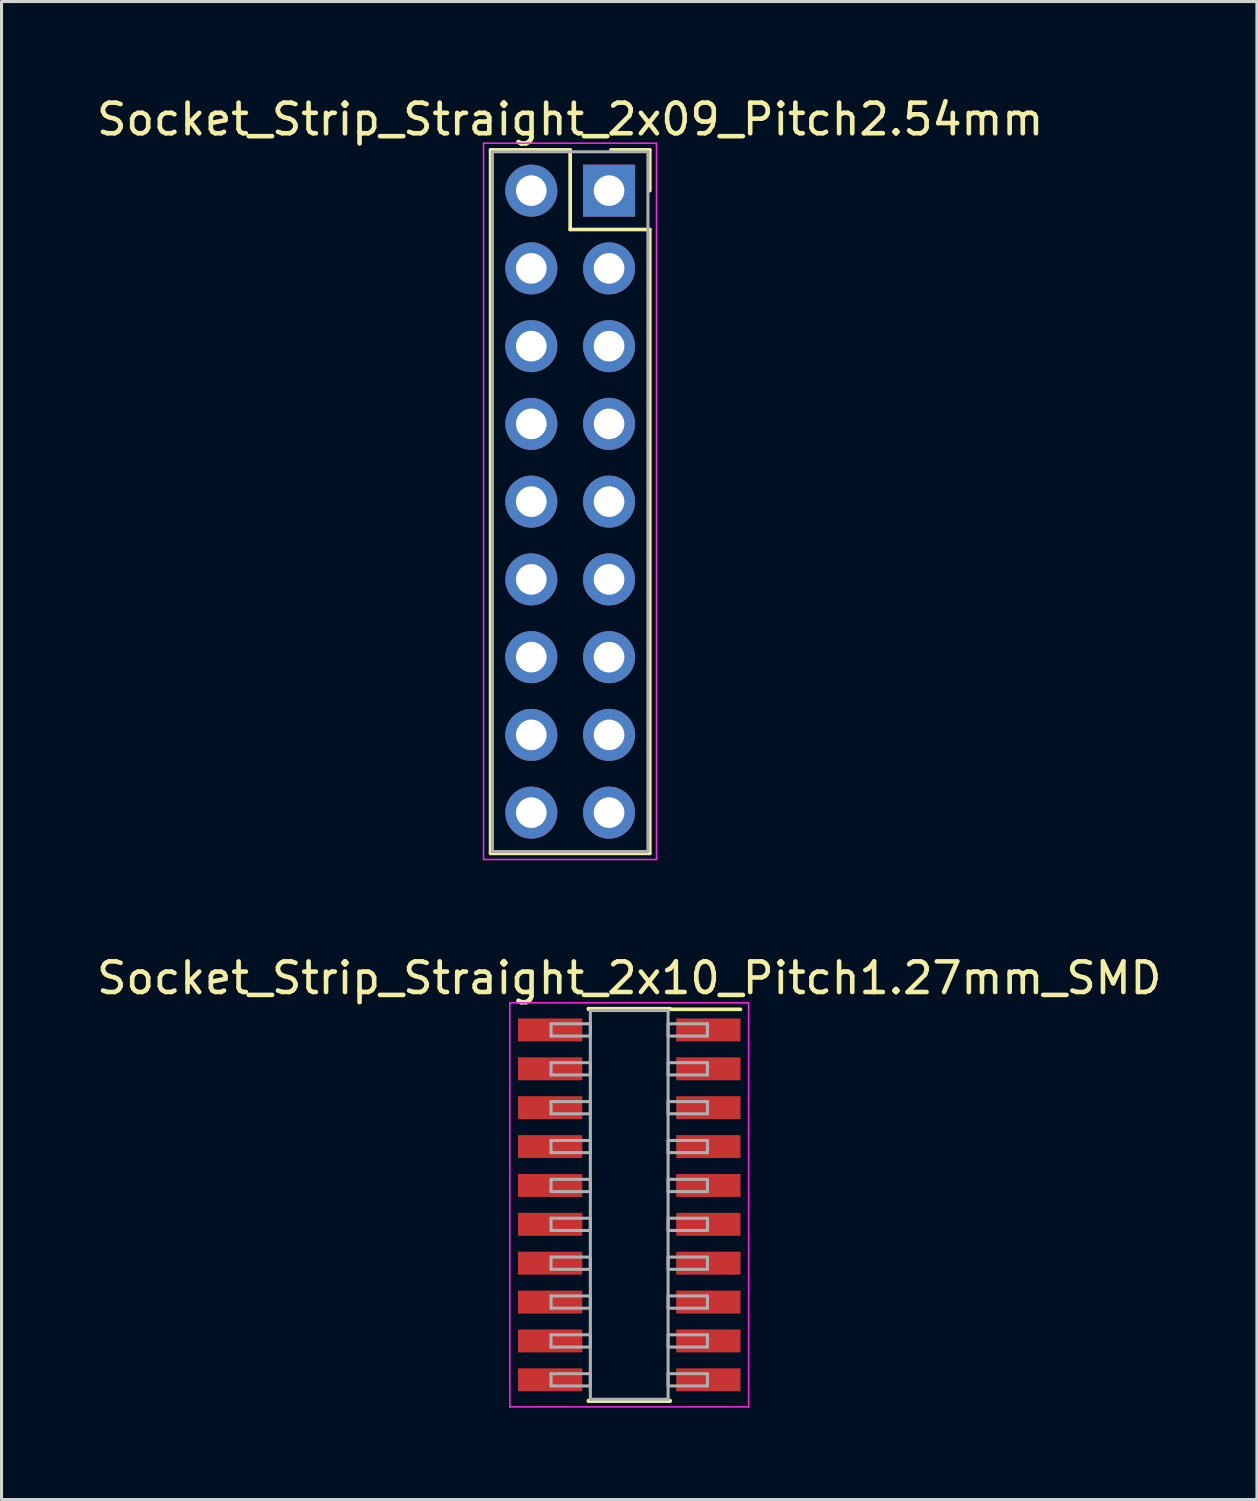
<source format=kicad_pcb>
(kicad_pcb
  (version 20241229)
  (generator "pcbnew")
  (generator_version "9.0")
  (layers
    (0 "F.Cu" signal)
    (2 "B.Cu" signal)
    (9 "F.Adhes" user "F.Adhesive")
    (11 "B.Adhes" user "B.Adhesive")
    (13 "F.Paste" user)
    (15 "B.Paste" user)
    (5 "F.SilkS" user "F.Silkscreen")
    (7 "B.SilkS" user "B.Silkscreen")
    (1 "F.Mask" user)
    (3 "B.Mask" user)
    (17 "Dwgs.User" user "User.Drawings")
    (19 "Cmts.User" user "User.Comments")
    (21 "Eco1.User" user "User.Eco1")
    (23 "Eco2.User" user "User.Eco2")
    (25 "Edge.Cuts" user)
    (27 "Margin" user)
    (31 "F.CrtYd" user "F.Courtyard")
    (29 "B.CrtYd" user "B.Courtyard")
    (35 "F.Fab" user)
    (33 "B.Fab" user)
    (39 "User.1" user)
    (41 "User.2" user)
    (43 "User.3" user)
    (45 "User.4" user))
  (footprint "Socket_Strip_Straight_2x10_Pitch1.27mm_SMD"
    (layer "F.Cu")
    (at 17.506 36.312)
    (property "Reference" "Socket_Strip_Straight_2x10_Pitch1.27mm_SMD" (at 0 -7.41 0) (layer "F.SilkS") (effects (font (size 1 1) (thickness 0.15))))
    (attr smd)
    (fp_line (start -1.33 -6.41) (end 1.33 -6.41) (stroke (width 0.12) (type solid)) (layer "F.SilkS"))
    (fp_line (start -1.33 -6.39) (end -1.33 -6.41) (stroke (width 0.12) (type solid)) (layer "F.SilkS"))
    (fp_line (start -1.33 6.39) (end -1.33 6.41) (stroke (width 0.12) (type solid)) (layer "F.SilkS"))
    (fp_line (start -1.33 6.41) (end 1.33 6.41) (stroke (width 0.12) (type solid)) (layer "F.SilkS"))
    (fp_line (start 1.33 -6.41) (end 1.33 -6.39) (stroke (width 0.12) (type solid)) (layer "F.SilkS"))
    (fp_line (start 1.33 6.41) (end 1.33 6.39) (stroke (width 0.12) (type solid)) (layer "F.SilkS"))
    (fp_line (start 3.635 -6.39) (end 1.33 -6.39) (stroke (width 0.12) (type solid)) (layer "F.SilkS"))
    (fp_line (start -3.9 -6.6) (end -3.9 6.6) (stroke (width 0.05) (type solid)) (layer "F.CrtYd"))
    (fp_line (start -3.9 6.6) (end 3.9 6.6) (stroke (width 0.05) (type solid)) (layer "F.CrtYd"))
    (fp_line (start 3.9 -6.6) (end -3.9 -6.6) (stroke (width 0.05) (type solid)) (layer "F.CrtYd"))
    (fp_line (start 3.9 6.6) (end 3.9 -6.6) (stroke (width 0.05) (type solid)) (layer "F.CrtYd"))
    (fp_line (start -2.555 -5.915) (end -1.27 -5.915) (stroke (width 0.1) (type solid)) (layer "F.Fab"))
    (fp_line (start -2.555 -5.515) (end -2.555 -5.915) (stroke (width 0.1) (type solid)) (layer "F.Fab"))
    (fp_line (start -2.555 -4.645) (end -1.27 -4.645) (stroke (width 0.1) (type solid)) (layer "F.Fab"))
    (fp_line (start -2.555 -4.245) (end -2.555 -4.645) (stroke (width 0.1) (type solid)) (layer "F.Fab"))
    (fp_line (start -2.555 -3.375) (end -1.27 -3.375) (stroke (width 0.1) (type solid)) (layer "F.Fab"))
    (fp_line (start -2.555 -2.975) (end -2.555 -3.375) (stroke (width 0.1) (type solid)) (layer "F.Fab"))
    (fp_line (start -2.555 -2.105) (end -1.27 -2.105) (stroke (width 0.1) (type solid)) (layer "F.Fab"))
    (fp_line (start -2.555 -1.705) (end -2.555 -2.105) (stroke (width 0.1) (type solid)) (layer "F.Fab"))
    (fp_line (start -2.555 -0.835) (end -1.27 -0.835) (stroke (width 0.1) (type solid)) (layer "F.Fab"))
    (fp_line (start -2.555 -0.435) (end -2.555 -0.835) (stroke (width 0.1) (type solid)) (layer "F.Fab"))
    (fp_line (start -2.555 0.435) (end -1.27 0.435) (stroke (width 0.1) (type solid)) (layer "F.Fab"))
    (fp_line (start -2.555 0.835) (end -2.555 0.435) (stroke (width 0.1) (type solid)) (layer "F.Fab"))
    (fp_line (start -2.555 1.705) (end -1.27 1.705) (stroke (width 0.1) (type solid)) (layer "F.Fab"))
    (fp_line (start -2.555 2.105) (end -2.555 1.705) (stroke (width 0.1) (type solid)) (layer "F.Fab"))
    (fp_line (start -2.555 2.975) (end -1.27 2.975) (stroke (width 0.1) (type solid)) (layer "F.Fab"))
    (fp_line (start -2.555 3.375) (end -2.555 2.975) (stroke (width 0.1) (type solid)) (layer "F.Fab"))
    (fp_line (start -2.555 4.245) (end -1.27 4.245) (stroke (width 0.1) (type solid)) (layer "F.Fab"))
    (fp_line (start -2.555 4.645) (end -2.555 4.245) (stroke (width 0.1) (type solid)) (layer "F.Fab"))
    (fp_line (start -2.555 5.515) (end -1.27 5.515) (stroke (width 0.1) (type solid)) (layer "F.Fab"))
    (fp_line (start -2.555 5.915) (end -2.555 5.515) (stroke (width 0.1) (type solid)) (layer "F.Fab"))
    (fp_line (start -1.27 -6.35) (end -1.27 6.35) (stroke (width 0.1) (type solid)) (layer "F.Fab"))
    (fp_line (start -1.27 -5.915) (end -1.27 -5.515) (stroke (width 0.1) (type solid)) (layer "F.Fab"))
    (fp_line (start -1.27 -5.515) (end -2.555 -5.515) (stroke (width 0.1) (type solid)) (layer "F.Fab"))
    (fp_line (start -1.27 -4.645) (end -1.27 -4.245) (stroke (width 0.1) (type solid)) (layer "F.Fab"))
    (fp_line (start -1.27 -4.245) (end -2.555 -4.245) (stroke (width 0.1) (type solid)) (layer "F.Fab"))
    (fp_line (start -1.27 -3.375) (end -1.27 -2.975) (stroke (width 0.1) (type solid)) (layer "F.Fab"))
    (fp_line (start -1.27 -2.975) (end -2.555 -2.975) (stroke (width 0.1) (type solid)) (layer "F.Fab"))
    (fp_line (start -1.27 -2.105) (end -1.27 -1.705) (stroke (width 0.1) (type solid)) (layer "F.Fab"))
    (fp_line (start -1.27 -1.705) (end -2.555 -1.705) (stroke (width 0.1) (type solid)) (layer "F.Fab"))
    (fp_line (start -1.27 -0.835) (end -1.27 -0.435) (stroke (width 0.1) (type solid)) (layer "F.Fab"))
    (fp_line (start -1.27 -0.435) (end -2.555 -0.435) (stroke (width 0.1) (type solid)) (layer "F.Fab"))
    (fp_line (start -1.27 0.435) (end -1.27 0.835) (stroke (width 0.1) (type solid)) (layer "F.Fab"))
    (fp_line (start -1.27 0.835) (end -2.555 0.835) (stroke (width 0.1) (type solid)) (layer "F.Fab"))
    (fp_line (start -1.27 1.705) (end -1.27 2.105) (stroke (width 0.1) (type solid)) (layer "F.Fab"))
    (fp_line (start -1.27 2.105) (end -2.555 2.105) (stroke (width 0.1) (type solid)) (layer "F.Fab"))
    (fp_line (start -1.27 2.975) (end -1.27 3.375) (stroke (width 0.1) (type solid)) (layer "F.Fab"))
    (fp_line (start -1.27 3.375) (end -2.555 3.375) (stroke (width 0.1) (type solid)) (layer "F.Fab"))
    (fp_line (start -1.27 4.245) (end -1.27 4.645) (stroke (width 0.1) (type solid)) (layer "F.Fab"))
    (fp_line (start -1.27 4.645) (end -2.555 4.645) (stroke (width 0.1) (type solid)) (layer "F.Fab"))
    (fp_line (start -1.27 5.515) (end -1.27 5.915) (stroke (width 0.1) (type solid)) (layer "F.Fab"))
    (fp_line (start -1.27 5.915) (end -2.555 5.915) (stroke (width 0.1) (type solid)) (layer "F.Fab"))
    (fp_line (start -1.27 6.35) (end 1.27 6.35) (stroke (width 0.1) (type solid)) (layer "F.Fab"))
    (fp_line (start 1.27 -6.35) (end -1.27 -6.35) (stroke (width 0.1) (type solid)) (layer "F.Fab"))
    (fp_line (start 1.27 -5.915) (end 1.27 -5.515) (stroke (width 0.1) (type solid)) (layer "F.Fab"))
    (fp_line (start 1.27 -5.515) (end 2.555 -5.515) (stroke (width 0.1) (type solid)) (layer "F.Fab"))
    (fp_line (start 1.27 -4.645) (end 1.27 -4.245) (stroke (width 0.1) (type solid)) (layer "F.Fab"))
    (fp_line (start 1.27 -4.245) (end 2.555 -4.245) (stroke (width 0.1) (type solid)) (layer "F.Fab"))
    (fp_line (start 1.27 -3.375) (end 1.27 -2.975) (stroke (width 0.1) (type solid)) (layer "F.Fab"))
    (fp_line (start 1.27 -2.975) (end 2.555 -2.975) (stroke (width 0.1) (type solid)) (layer "F.Fab"))
    (fp_line (start 1.27 -2.105) (end 1.27 -1.705) (stroke (width 0.1) (type solid)) (layer "F.Fab"))
    (fp_line (start 1.27 -1.705) (end 2.555 -1.705) (stroke (width 0.1) (type solid)) (layer "F.Fab"))
    (fp_line (start 1.27 -0.835) (end 1.27 -0.435) (stroke (width 0.1) (type solid)) (layer "F.Fab"))
    (fp_line (start 1.27 -0.435) (end 2.555 -0.435) (stroke (width 0.1) (type solid)) (layer "F.Fab"))
    (fp_line (start 1.27 0.435) (end 1.27 0.835) (stroke (width 0.1) (type solid)) (layer "F.Fab"))
    (fp_line (start 1.27 0.835) (end 2.555 0.835) (stroke (width 0.1) (type solid)) (layer "F.Fab"))
    (fp_line (start 1.27 1.705) (end 1.27 2.105) (stroke (width 0.1) (type solid)) (layer "F.Fab"))
    (fp_line (start 1.27 2.105) (end 2.555 2.105) (stroke (width 0.1) (type solid)) (layer "F.Fab"))
    (fp_line (start 1.27 2.975) (end 1.27 3.375) (stroke (width 0.1) (type solid)) (layer "F.Fab"))
    (fp_line (start 1.27 3.375) (end 2.555 3.375) (stroke (width 0.1) (type solid)) (layer "F.Fab"))
    (fp_line (start 1.27 4.245) (end 1.27 4.645) (stroke (width 0.1) (type solid)) (layer "F.Fab"))
    (fp_line (start 1.27 4.645) (end 2.555 4.645) (stroke (width 0.1) (type solid)) (layer "F.Fab"))
    (fp_line (start 1.27 5.515) (end 1.27 5.915) (stroke (width 0.1) (type solid)) (layer "F.Fab"))
    (fp_line (start 1.27 5.915) (end 2.555 5.915) (stroke (width 0.1) (type solid)) (layer "F.Fab"))
    (fp_line (start 1.27 6.35) (end 1.27 -6.35) (stroke (width 0.1) (type solid)) (layer "F.Fab"))
    (fp_line (start 2.555 -5.915) (end 1.27 -5.915) (stroke (width 0.1) (type solid)) (layer "F.Fab"))
    (fp_line (start 2.555 -5.515) (end 2.555 -5.915) (stroke (width 0.1) (type solid)) (layer "F.Fab"))
    (fp_line (start 2.555 -4.645) (end 1.27 -4.645) (stroke (width 0.1) (type solid)) (layer "F.Fab"))
    (fp_line (start 2.555 -4.245) (end 2.555 -4.645) (stroke (width 0.1) (type solid)) (layer "F.Fab"))
    (fp_line (start 2.555 -3.375) (end 1.27 -3.375) (stroke (width 0.1) (type solid)) (layer "F.Fab"))
    (fp_line (start 2.555 -2.975) (end 2.555 -3.375) (stroke (width 0.1) (type solid)) (layer "F.Fab"))
    (fp_line (start 2.555 -2.105) (end 1.27 -2.105) (stroke (width 0.1) (type solid)) (layer "F.Fab"))
    (fp_line (start 2.555 -1.705) (end 2.555 -2.105) (stroke (width 0.1) (type solid)) (layer "F.Fab"))
    (fp_line (start 2.555 -0.835) (end 1.27 -0.835) (stroke (width 0.1) (type solid)) (layer "F.Fab"))
    (fp_line (start 2.555 -0.435) (end 2.555 -0.835) (stroke (width 0.1) (type solid)) (layer "F.Fab"))
    (fp_line (start 2.555 0.435) (end 1.27 0.435) (stroke (width 0.1) (type solid)) (layer "F.Fab"))
    (fp_line (start 2.555 0.835) (end 2.555 0.435) (stroke (width 0.1) (type solid)) (layer "F.Fab"))
    (fp_line (start 2.555 1.705) (end 1.27 1.705) (stroke (width 0.1) (type solid)) (layer "F.Fab"))
    (fp_line (start 2.555 2.105) (end 2.555 1.705) (stroke (width 0.1) (type solid)) (layer "F.Fab"))
    (fp_line (start 2.555 2.975) (end 1.27 2.975) (stroke (width 0.1) (type solid)) (layer "F.Fab"))
    (fp_line (start 2.555 3.375) (end 2.555 2.975) (stroke (width 0.1) (type solid)) (layer "F.Fab"))
    (fp_line (start 2.555 4.245) (end 1.27 4.245) (stroke (width 0.1) (type solid)) (layer "F.Fab"))
    (fp_line (start 2.555 4.645) (end 2.555 4.245) (stroke (width 0.1) (type solid)) (layer "F.Fab"))
    (fp_line (start 2.555 5.515) (end 1.27 5.515) (stroke (width 0.1) (type solid)) (layer "F.Fab"))
    (fp_line (start 2.555 5.915) (end 2.555 5.515) (stroke (width 0.1) (type solid)) (layer "F.Fab"))
    (pad "1" smd rect (at 2.585 -5.715) (size 2.1 0.75) (layers "F.Cu" "F.Mask"))
    (pad "2" smd rect (at -2.585 -5.715) (size 2.1 0.75) (layers "F.Cu" "F.Mask"))
    (pad "3" smd rect (at 2.585 -4.445) (size 2.1 0.75) (layers "F.Cu" "F.Mask"))
    (pad "4" smd rect (at -2.585 -4.445) (size 2.1 0.75) (layers "F.Cu" "F.Mask"))
    (pad "5" smd rect (at 2.585 -3.175) (size 2.1 0.75) (layers "F.Cu" "F.Mask"))
    (pad "6" smd rect (at -2.585 -3.175) (size 2.1 0.75) (layers "F.Cu" "F.Mask"))
    (pad "7" smd rect (at 2.585 -1.905) (size 2.1 0.75) (layers "F.Cu" "F.Mask"))
    (pad "8" smd rect (at -2.585 -1.905) (size 2.1 0.75) (layers "F.Cu" "F.Mask"))
    (pad "9" smd rect (at 2.585 -0.635) (size 2.1 0.75) (layers "F.Cu" "F.Mask"))
    (pad "10" smd rect (at -2.585 -0.635) (size 2.1 0.75) (layers "F.Cu" "F.Mask"))
    (pad "11" smd rect (at 2.585 0.635) (size 2.1 0.75) (layers "F.Cu" "F.Mask"))
    (pad "12" smd rect (at -2.585 0.635) (size 2.1 0.75) (layers "F.Cu" "F.Mask"))
    (pad "13" smd rect (at 2.585 1.905) (size 2.1 0.75) (layers "F.Cu" "F.Mask"))
    (pad "14" smd rect (at -2.585 1.905) (size 2.1 0.75) (layers "F.Cu" "F.Mask"))
    (pad "15" smd rect (at 2.585 3.175) (size 2.1 0.75) (layers "F.Cu" "F.Mask"))
    (pad "16" smd rect (at -2.585 3.175) (size 2.1 0.75) (layers "F.Cu" "F.Mask"))
    (pad "17" smd rect (at 2.585 4.445) (size 2.1 0.75) (layers "F.Cu" "F.Mask"))
    (pad "18" smd rect (at -2.585 4.445) (size 2.1 0.75) (layers "F.Cu" "F.Mask"))
    (pad "19" smd rect (at 2.585 5.715) (size 2.1 0.75) (layers "F.Cu" "F.Mask"))
    (pad "20" smd rect (at -2.585 5.715) (size 2.1 0.75) (layers "F.Cu" "F.Mask")))
  (footprint "Socket_Strip_Straight_2x09_Pitch2.54mm"
    (layer "F.Cu")
    (at 16.847 3.178)
    (property "Reference" "Socket_Strip_Straight_2x09_Pitch2.54mm" (at -1.27 -2.33 0) (layer "F.SilkS") (effects (font (size 1 1) (thickness 0.15))))
    (attr through_hole)
    (fp_line (start -3.87 -1.33) (end -1.27 -1.33) (stroke (width 0.12) (type solid)) (layer "F.SilkS"))
    (fp_line (start -3.87 21.65) (end -3.87 -1.33) (stroke (width 0.12) (type solid)) (layer "F.SilkS"))
    (fp_line (start -1.27 -1.33) (end -1.27 1.27) (stroke (width 0.12) (type solid)) (layer "F.SilkS"))
    (fp_line (start -1.27 1.27) (end 1.33 1.27) (stroke (width 0.12) (type solid)) (layer "F.SilkS"))
    (fp_line (start 1.33 -1.33) (end 0.06 -1.33) (stroke (width 0.12) (type solid)) (layer "F.SilkS"))
    (fp_line (start 1.33 0) (end 1.33 -1.33) (stroke (width 0.12) (type solid)) (layer "F.SilkS"))
    (fp_line (start 1.33 1.27) (end 1.33 21.65) (stroke (width 0.12) (type solid)) (layer "F.SilkS"))
    (fp_line (start 1.33 21.65) (end -3.87 21.65) (stroke (width 0.12) (type solid)) (layer "F.SilkS"))
    (fp_line (start -4.1 -1.55) (end -4.1 21.85) (stroke (width 0.05) (type solid)) (layer "F.CrtYd"))
    (fp_line (start -4.1 21.85) (end 1.55 21.85) (stroke (width 0.05) (type solid)) (layer "F.CrtYd"))
    (fp_line (start 1.55 -1.55) (end -4.1 -1.55) (stroke (width 0.05) (type solid)) (layer "F.CrtYd"))
    (fp_line (start 1.55 21.85) (end 1.55 -1.55) (stroke (width 0.05) (type solid)) (layer "F.CrtYd"))
    (fp_line (start -3.81 -1.27) (end -3.81 21.59) (stroke (width 0.1) (type solid)) (layer "F.Fab"))
    (fp_line (start -3.81 21.59) (end 1.27 21.59) (stroke (width 0.1) (type solid)) (layer "F.Fab"))
    (fp_line (start 1.27 -1.27) (end -3.81 -1.27) (stroke (width 0.1) (type solid)) (layer "F.Fab"))
    (fp_line (start 1.27 21.59) (end 1.27 -1.27) (stroke (width 0.1) (type solid)) (layer "F.Fab"))
    (pad "1" thru_hole rect (at 0 0) (size 1.7 1.7) (drill 1) (layers "*.Cu" "*.Mask"))
    (pad "2" thru_hole oval (at -2.54 0) (size 1.7 1.7) (drill 1) (layers "*.Cu" "*.Mask"))
    (pad "3" thru_hole oval (at 0 2.54) (size 1.7 1.7) (drill 1) (layers "*.Cu" "*.Mask"))
    (pad "4" thru_hole oval (at -2.54 2.54) (size 1.7 1.7) (drill 1) (layers "*.Cu" "*.Mask"))
    (pad "5" thru_hole oval (at 0 5.08) (size 1.7 1.7) (drill 1) (layers "*.Cu" "*.Mask"))
    (pad "6" thru_hole oval (at -2.54 5.08) (size 1.7 1.7) (drill 1) (layers "*.Cu" "*.Mask"))
    (pad "7" thru_hole oval (at 0 7.62) (size 1.7 1.7) (drill 1) (layers "*.Cu" "*.Mask"))
    (pad "8" thru_hole oval (at -2.54 7.62) (size 1.7 1.7) (drill 1) (layers "*.Cu" "*.Mask"))
    (pad "9" thru_hole oval (at 0 10.16) (size 1.7 1.7) (drill 1) (layers "*.Cu" "*.Mask"))
    (pad "10" thru_hole oval (at -2.54 10.16) (size 1.7 1.7) (drill 1) (layers "*.Cu" "*.Mask"))
    (pad "11" thru_hole oval (at 0 12.7) (size 1.7 1.7) (drill 1) (layers "*.Cu" "*.Mask"))
    (pad "12" thru_hole oval (at -2.54 12.7) (size 1.7 1.7) (drill 1) (layers "*.Cu" "*.Mask"))
    (pad "13" thru_hole oval (at 0 15.24) (size 1.7 1.7) (drill 1) (layers "*.Cu" "*.Mask"))
    (pad "14" thru_hole oval (at -2.54 15.24) (size 1.7 1.7) (drill 1) (layers "*.Cu" "*.Mask"))
    (pad "15" thru_hole oval (at 0 17.78) (size 1.7 1.7) (drill 1) (layers "*.Cu" "*.Mask"))
    (pad "16" thru_hole oval (at -2.54 17.78) (size 1.7 1.7) (drill 1) (layers "*.Cu" "*.Mask"))
    (pad "17" thru_hole oval (at 0 20.32) (size 1.7 1.7) (drill 1) (layers "*.Cu" "*.Mask"))
    (pad "18" thru_hole oval (at -2.54 20.32) (size 1.7 1.7) (drill 1) (layers "*.Cu" "*.Mask")))
  (gr_rect
    (start -3 -3)
    (end 38.012 45.937)
    (stroke (width 0.1) (type default))
    (fill no)
    (layer "Edge.Cuts")))
</source>
